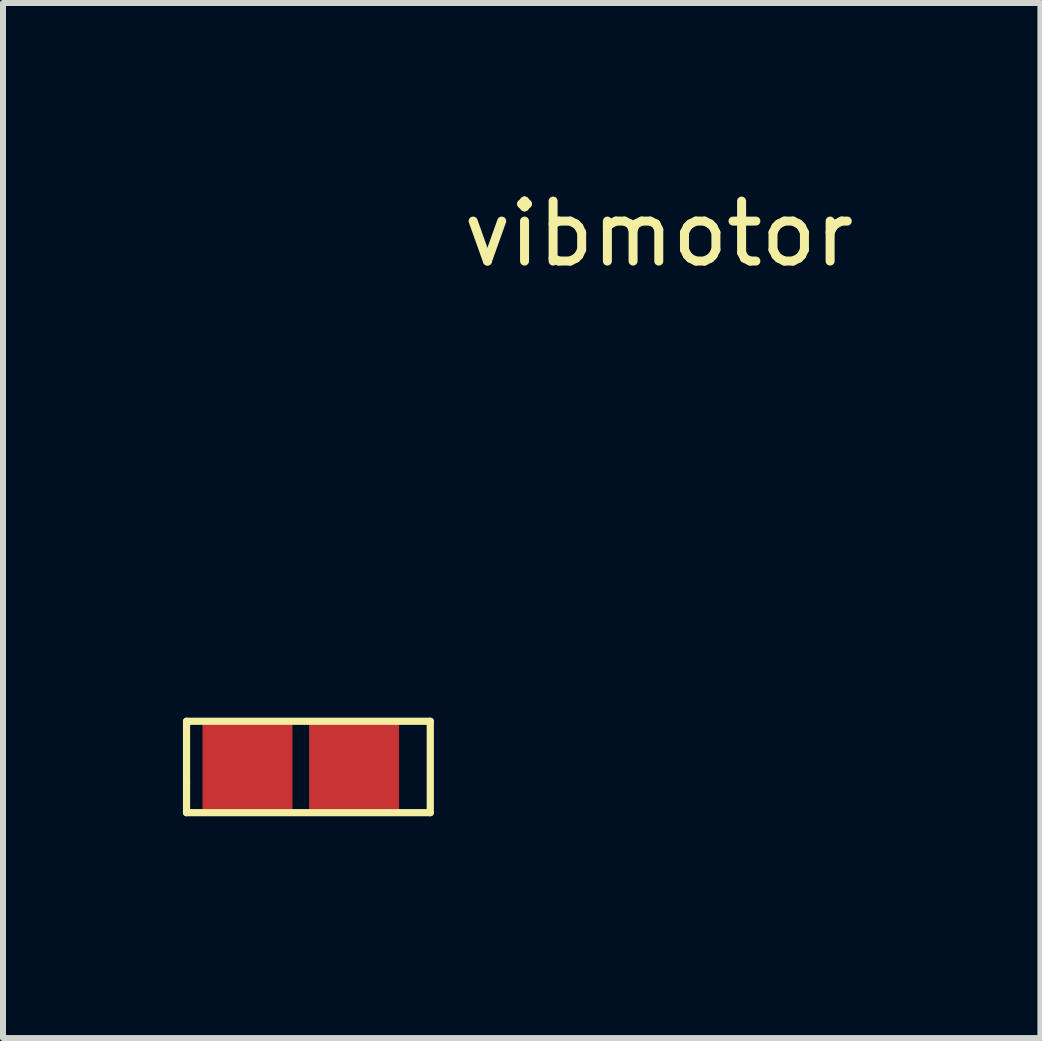
<source format=kicad_pcb>
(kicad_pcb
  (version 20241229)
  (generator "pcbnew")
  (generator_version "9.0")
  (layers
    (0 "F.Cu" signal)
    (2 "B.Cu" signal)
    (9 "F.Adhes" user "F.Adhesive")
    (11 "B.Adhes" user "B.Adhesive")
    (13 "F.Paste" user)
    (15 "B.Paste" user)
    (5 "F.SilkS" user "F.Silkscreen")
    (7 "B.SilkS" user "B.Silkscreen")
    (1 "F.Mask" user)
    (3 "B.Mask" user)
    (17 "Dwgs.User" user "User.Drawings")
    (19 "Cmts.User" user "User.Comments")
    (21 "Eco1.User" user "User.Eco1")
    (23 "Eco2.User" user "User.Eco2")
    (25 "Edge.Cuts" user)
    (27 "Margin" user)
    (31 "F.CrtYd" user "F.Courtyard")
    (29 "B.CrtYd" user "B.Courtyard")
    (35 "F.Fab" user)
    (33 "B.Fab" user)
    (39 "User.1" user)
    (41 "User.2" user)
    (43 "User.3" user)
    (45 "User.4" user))
  (footprint "vibmotor"
    (layer "F.Cu")
    (at 1.584 11.008)
    (property "Reference" "vibmotor" (at 6.35 -10.16 0) (layer "F.SilkS") (effects (font (size 1 1) (thickness 0.15))))
    (attr through_hole)
    (fp_line (start -1.524 -2.032) (end 2.54 -2.032) (stroke (width 0.12) (type solid)) (layer "F.SilkS"))
    (fp_line (start -1.524 -1.016) (end -1.524 -2.032) (stroke (width 0.12) (type solid)) (layer "F.SilkS"))
    (fp_line (start -1.524 -0.508) (end -1.524 -1.016) (stroke (width 0.12) (type solid)) (layer "F.SilkS"))
    (fp_line (start 2.54 -2.032) (end 2.54 -0.508) (stroke (width 0.12) (type solid)) (layer "F.SilkS"))
    (fp_line (start 2.54 -0.508) (end -1.524 -0.508) (stroke (width 0.12) (type solid)) (layer "F.SilkS"))
    (pad "1" smd rect (at -0.508 -1.27) (size 1.5 1.5) (layers "F.Cu" "F.Mask" "F.Paste"))
    (pad "2" smd rect (at 1.27 -1.27) (size 1.5 1.5) (layers "F.Cu" "F.Mask" "F.Paste")))
  (gr_rect
    (start -3 -3)
    (end 14.297 14.258)
    (stroke (width 0.1) (type default))
    (fill no)
    (layer "Edge.Cuts")))
</source>
